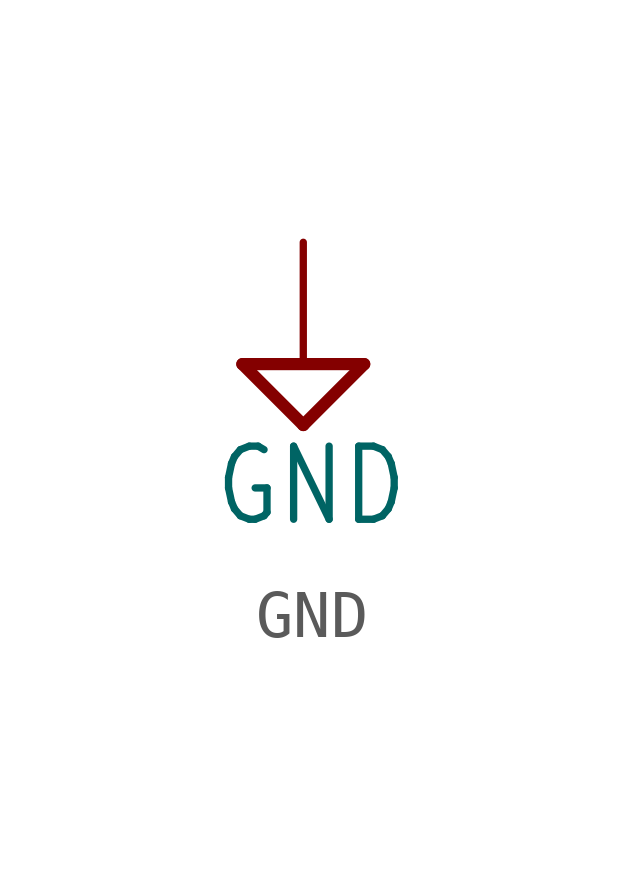
<source format=kicad_sym>
(kicad_symbol_lib
  (version 20211014)
  (generator kicad_symbol_editor)
  (symbol "GND"
    (power)
    (property "Reference" "#SUPPLY"
      (at 0 0 0)
      (effects (font (size 1.27 1.27)) hide))
    (property "Value" "GND"
      (at -1.905 -3.429 0)
      (effects (font (size 1.524 1.295)) (justify left bottom)))
    (property "ki_locked" ""
      (at 0 0 0)
      (effects (font (size 1.27 1.27))))
    (symbol "GND_1_0"
      (polyline (pts (xy -1.27 0) (xy 1.27 0)) (stroke (width 0.254) (type default) (color 0 0 0 0)) (fill (type none)))
      (polyline (pts (xy 0 -1.27) (xy -1.27 0)) (stroke (width 0.254) (type default) (color 0 0 0 0)) (fill (type none)))
      (polyline (pts (xy 1.27 0) (xy 0 -1.27)) (stroke (width 0.254) (type default) (color 0 0 0 0)) (fill (type none)))
      (pin power_in line (at 0 2.54 270) (length 2.54) (name "GND" (effects (font (size 0 0)))) (number "1" (effects (font (size 0 0))))))))
</source>
